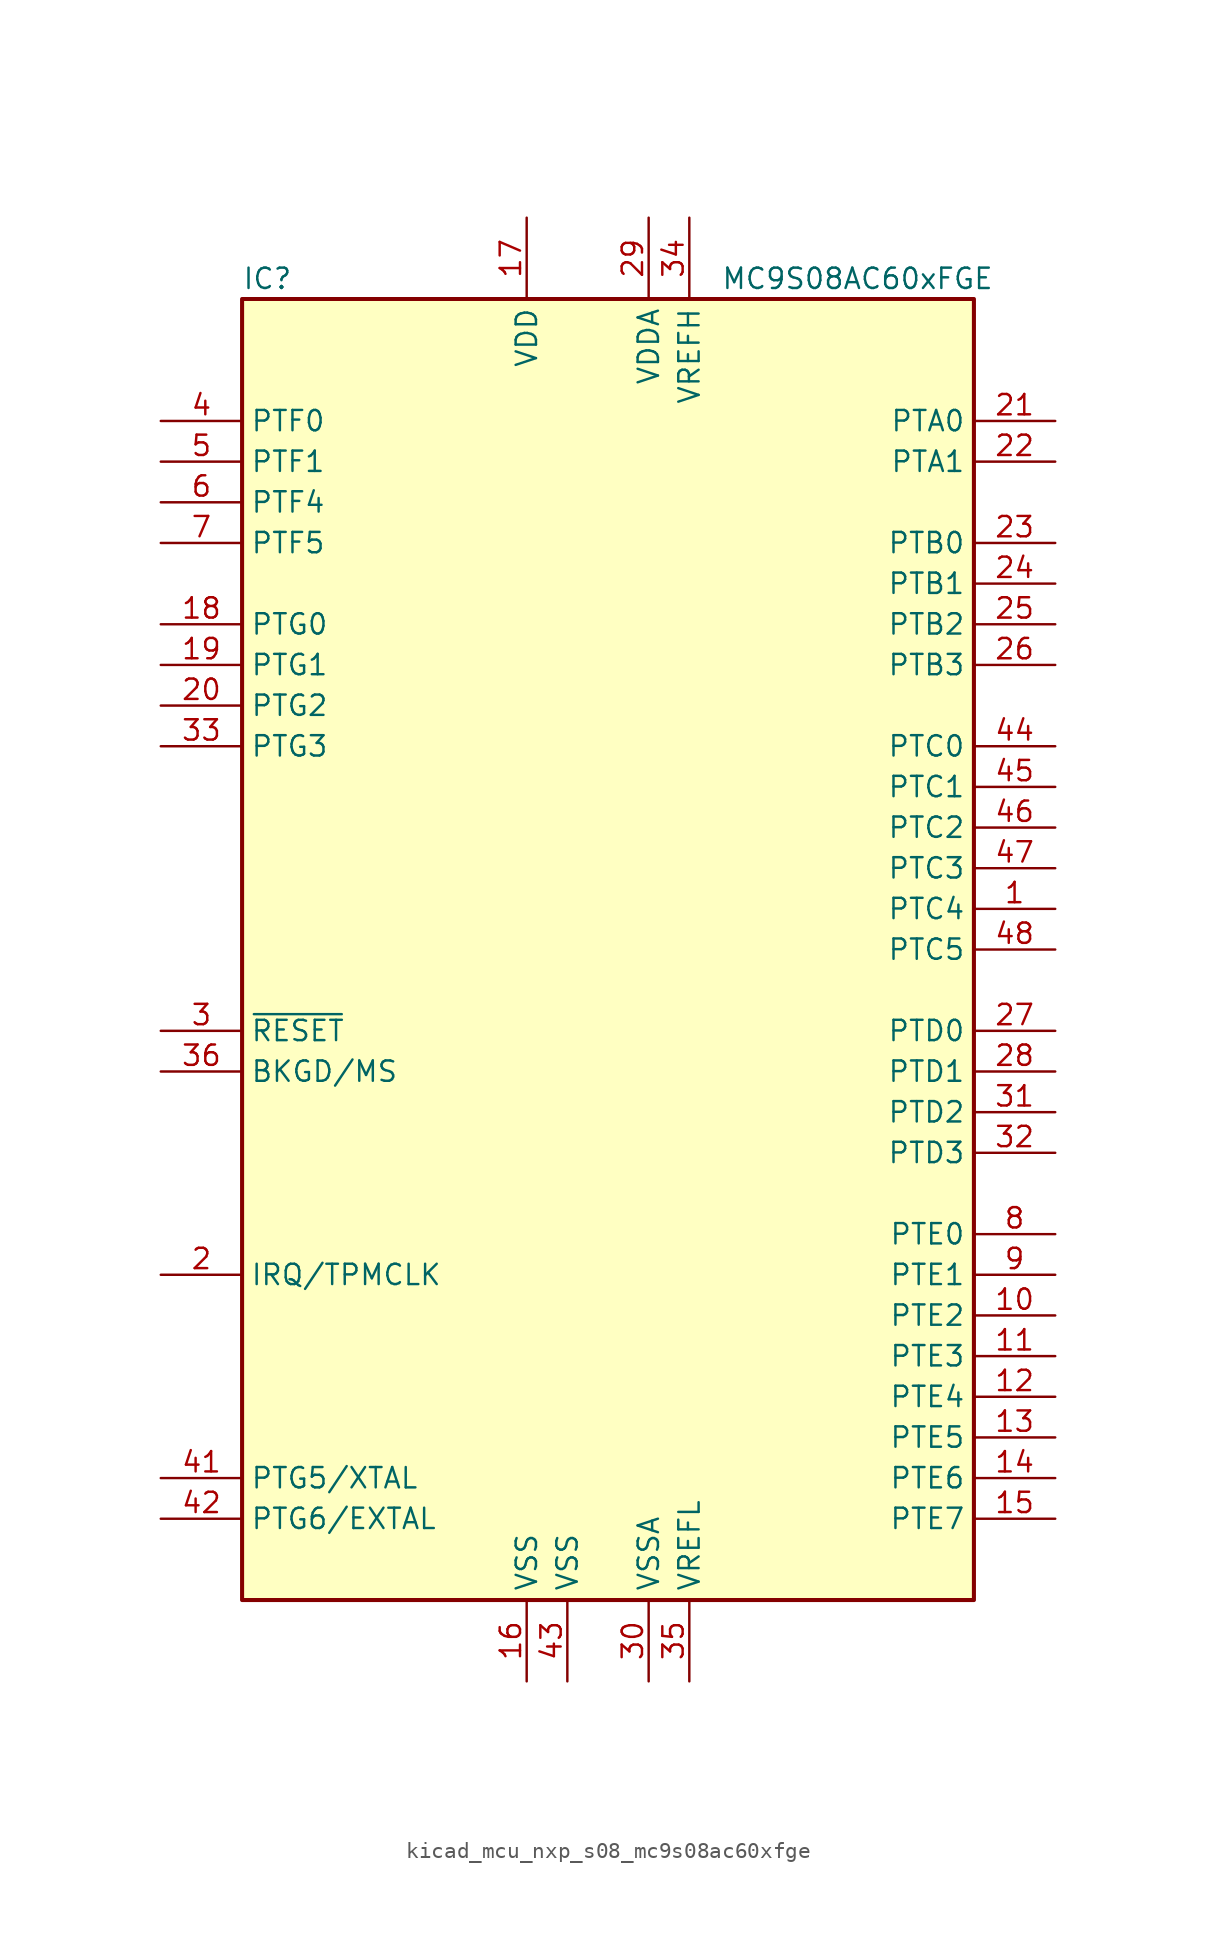
<source format=kicad_sym>
(kicad_symbol_lib
  (version 20220914)
  (generator kicad_symbol_editor)
  (symbol "kicad_mcu_nxp_s08_mc9s08ac60xfge"
    (property "Reference" "IC"
      (at -22.86 41.91 0)
      (effects (font (size 1.27 1.27)) (justify left)))
    (property "Value" "MC9S08AC60xFGE"
      (at 24.13 41.91 0)
      (effects (font (size 1.27 1.27)) (justify right)))
    (symbol "kicad_mcu_nxp_s08_mc9s08ac60xfge_0_1"
      (rectangle (start -22.86 40.64) (end 22.86 -40.64) (stroke (width 0.254) (type default)) (fill (type background))))
    (symbol "kicad_mcu_nxp_s08_mc9s08ac60xfge_1_1"
      (pin bidirectional line (at 27.94 2.54 180) (length 5.08) (name "PTC4" (effects (font (size 1.27 1.27)))) (number "1" (effects (font (size 1.27 1.27)))))
      (pin bidirectional line (at 27.94 -22.86 180) (length 5.08) (name "PTE2" (effects (font (size 1.27 1.27)))) (number "10" (effects (font (size 1.27 1.27)))))
      (pin bidirectional line (at 27.94 -25.4 180) (length 5.08) (name "PTE3" (effects (font (size 1.27 1.27)))) (number "11" (effects (font (size 1.27 1.27)))))
      (pin bidirectional line (at 27.94 -27.94 180) (length 5.08) (name "PTE4" (effects (font (size 1.27 1.27)))) (number "12" (effects (font (size 1.27 1.27)))))
      (pin bidirectional line (at 27.94 -30.48 180) (length 5.08) (name "PTE5" (effects (font (size 1.27 1.27)))) (number "13" (effects (font (size 1.27 1.27)))))
      (pin bidirectional line (at 27.94 -33.02 180) (length 5.08) (name "PTE6" (effects (font (size 1.27 1.27)))) (number "14" (effects (font (size 1.27 1.27)))))
      (pin bidirectional line (at 27.94 -35.56 180) (length 5.08) (name "PTE7" (effects (font (size 1.27 1.27)))) (number "15" (effects (font (size 1.27 1.27)))))
      (pin power_in line (at -5.08 -45.72 90) (length 5.08) (name "VSS" (effects (font (size 1.27 1.27)))) (number "16" (effects (font (size 1.27 1.27)))))
      (pin power_in line (at -5.08 45.72 270) (length 5.08) (name "VDD" (effects (font (size 1.27 1.27)))) (number "17" (effects (font (size 1.27 1.27)))))
      (pin bidirectional line (at -27.94 20.32 0) (length 5.08) (name "PTG0" (effects (font (size 1.27 1.27)))) (number "18" (effects (font (size 1.27 1.27)))))
      (pin bidirectional line (at -27.94 17.78 0) (length 5.08) (name "PTG1" (effects (font (size 1.27 1.27)))) (number "19" (effects (font (size 1.27 1.27)))))
      (pin input line (at -27.94 -20.32 0) (length 5.08) (name "IRQ/TPMCLK" (effects (font (size 1.27 1.27)))) (number "2" (effects (font (size 1.27 1.27)))))
      (pin bidirectional line (at -27.94 15.24 0) (length 5.08) (name "PTG2" (effects (font (size 1.27 1.27)))) (number "20" (effects (font (size 1.27 1.27)))))
      (pin bidirectional line (at 27.94 33.02 180) (length 5.08) (name "PTA0" (effects (font (size 1.27 1.27)))) (number "21" (effects (font (size 1.27 1.27)))))
      (pin bidirectional line (at 27.94 30.48 180) (length 5.08) (name "PTA1" (effects (font (size 1.27 1.27)))) (number "22" (effects (font (size 1.27 1.27)))))
      (pin bidirectional line (at 27.94 25.4 180) (length 5.08) (name "PTB0" (effects (font (size 1.27 1.27)))) (number "23" (effects (font (size 1.27 1.27)))))
      (pin bidirectional line (at 27.94 22.86 180) (length 5.08) (name "PTB1" (effects (font (size 1.27 1.27)))) (number "24" (effects (font (size 1.27 1.27)))))
      (pin bidirectional line (at 27.94 20.32 180) (length 5.08) (name "PTB2" (effects (font (size 1.27 1.27)))) (number "25" (effects (font (size 1.27 1.27)))))
      (pin bidirectional line (at 27.94 17.78 180) (length 5.08) (name "PTB3" (effects (font (size 1.27 1.27)))) (number "26" (effects (font (size 1.27 1.27)))))
      (pin bidirectional line (at 27.94 -5.08 180) (length 5.08) (name "PTD0" (effects (font (size 1.27 1.27)))) (number "27" (effects (font (size 1.27 1.27)))))
      (pin bidirectional line (at 27.94 -7.62 180) (length 5.08) (name "PTD1" (effects (font (size 1.27 1.27)))) (number "28" (effects (font (size 1.27 1.27)))))
      (pin power_in line (at 2.54 45.72 270) (length 5.08) (name "VDDA" (effects (font (size 1.27 1.27)))) (number "29" (effects (font (size 1.27 1.27)))))
      (pin input line (at -27.94 -5.08 0) (length 5.08) (name "~{RESET}" (effects (font (size 1.27 1.27)))) (number "3" (effects (font (size 1.27 1.27)))))
      (pin power_in line (at 2.54 -45.72 90) (length 5.08) (name "VSSA" (effects (font (size 1.27 1.27)))) (number "30" (effects (font (size 1.27 1.27)))))
      (pin bidirectional line (at 27.94 -10.16 180) (length 5.08) (name "PTD2" (effects (font (size 1.27 1.27)))) (number "31" (effects (font (size 1.27 1.27)))))
      (pin bidirectional line (at 27.94 -12.7 180) (length 5.08) (name "PTD3" (effects (font (size 1.27 1.27)))) (number "32" (effects (font (size 1.27 1.27)))))
      (pin bidirectional line (at -27.94 12.7 0) (length 5.08) (name "PTG3" (effects (font (size 1.27 1.27)))) (number "33" (effects (font (size 1.27 1.27)))))
      (pin power_in line (at 5.08 45.72 270) (length 5.08) (name "VREFH" (effects (font (size 1.27 1.27)))) (number "34" (effects (font (size 1.27 1.27)))))
      (pin power_in line (at 5.08 -45.72 90) (length 5.08) (name "VREFL" (effects (font (size 1.27 1.27)))) (number "35" (effects (font (size 1.27 1.27)))))
      (pin bidirectional line (at -27.94 -7.62 0) (length 5.08) (name "BKGD/MS" (effects (font (size 1.27 1.27)))) (number "36" (effects (font (size 1.27 1.27)))))
      (pin bidirectional line (at -27.94 33.02 0) (length 5.08) (name "PTF0" (effects (font (size 1.27 1.27)))) (number "4" (effects (font (size 1.27 1.27)))))
      (pin bidirectional line (at -27.94 -33.02 0) (length 5.08) (name "PTG5/XTAL" (effects (font (size 1.27 1.27)))) (number "41" (effects (font (size 1.27 1.27)))))
      (pin bidirectional line (at -27.94 -35.56 0) (length 5.08) (name "PTG6/EXTAL" (effects (font (size 1.27 1.27)))) (number "42" (effects (font (size 1.27 1.27)))))
      (pin power_in line (at -2.54 -45.72 90) (length 5.08) (name "VSS" (effects (font (size 1.27 1.27)))) (number "43" (effects (font (size 1.27 1.27)))))
      (pin bidirectional line (at 27.94 12.7 180) (length 5.08) (name "PTC0" (effects (font (size 1.27 1.27)))) (number "44" (effects (font (size 1.27 1.27)))))
      (pin bidirectional line (at 27.94 10.16 180) (length 5.08) (name "PTC1" (effects (font (size 1.27 1.27)))) (number "45" (effects (font (size 1.27 1.27)))))
      (pin bidirectional line (at 27.94 7.62 180) (length 5.08) (name "PTC2" (effects (font (size 1.27 1.27)))) (number "46" (effects (font (size 1.27 1.27)))))
      (pin bidirectional line (at 27.94 5.08 180) (length 5.08) (name "PTC3" (effects (font (size 1.27 1.27)))) (number "47" (effects (font (size 1.27 1.27)))))
      (pin bidirectional line (at 27.94 0 180) (length 5.08) (name "PTC5" (effects (font (size 1.27 1.27)))) (number "48" (effects (font (size 1.27 1.27)))))
      (pin bidirectional line (at -27.94 30.48 0) (length 5.08) (name "PTF1" (effects (font (size 1.27 1.27)))) (number "5" (effects (font (size 1.27 1.27)))))
      (pin bidirectional line (at -27.94 27.94 0) (length 5.08) (name "PTF4" (effects (font (size 1.27 1.27)))) (number "6" (effects (font (size 1.27 1.27)))))
      (pin bidirectional line (at -27.94 25.4 0) (length 5.08) (name "PTF5" (effects (font (size 1.27 1.27)))) (number "7" (effects (font (size 1.27 1.27)))))
      (pin bidirectional line (at 27.94 -17.78 180) (length 5.08) (name "PTE0" (effects (font (size 1.27 1.27)))) (number "8" (effects (font (size 1.27 1.27)))))
      (pin bidirectional line (at 27.94 -20.32 180) (length 5.08) (name "PTE1" (effects (font (size 1.27 1.27)))) (number "9" (effects (font (size 1.27 1.27))))))))
</source>
